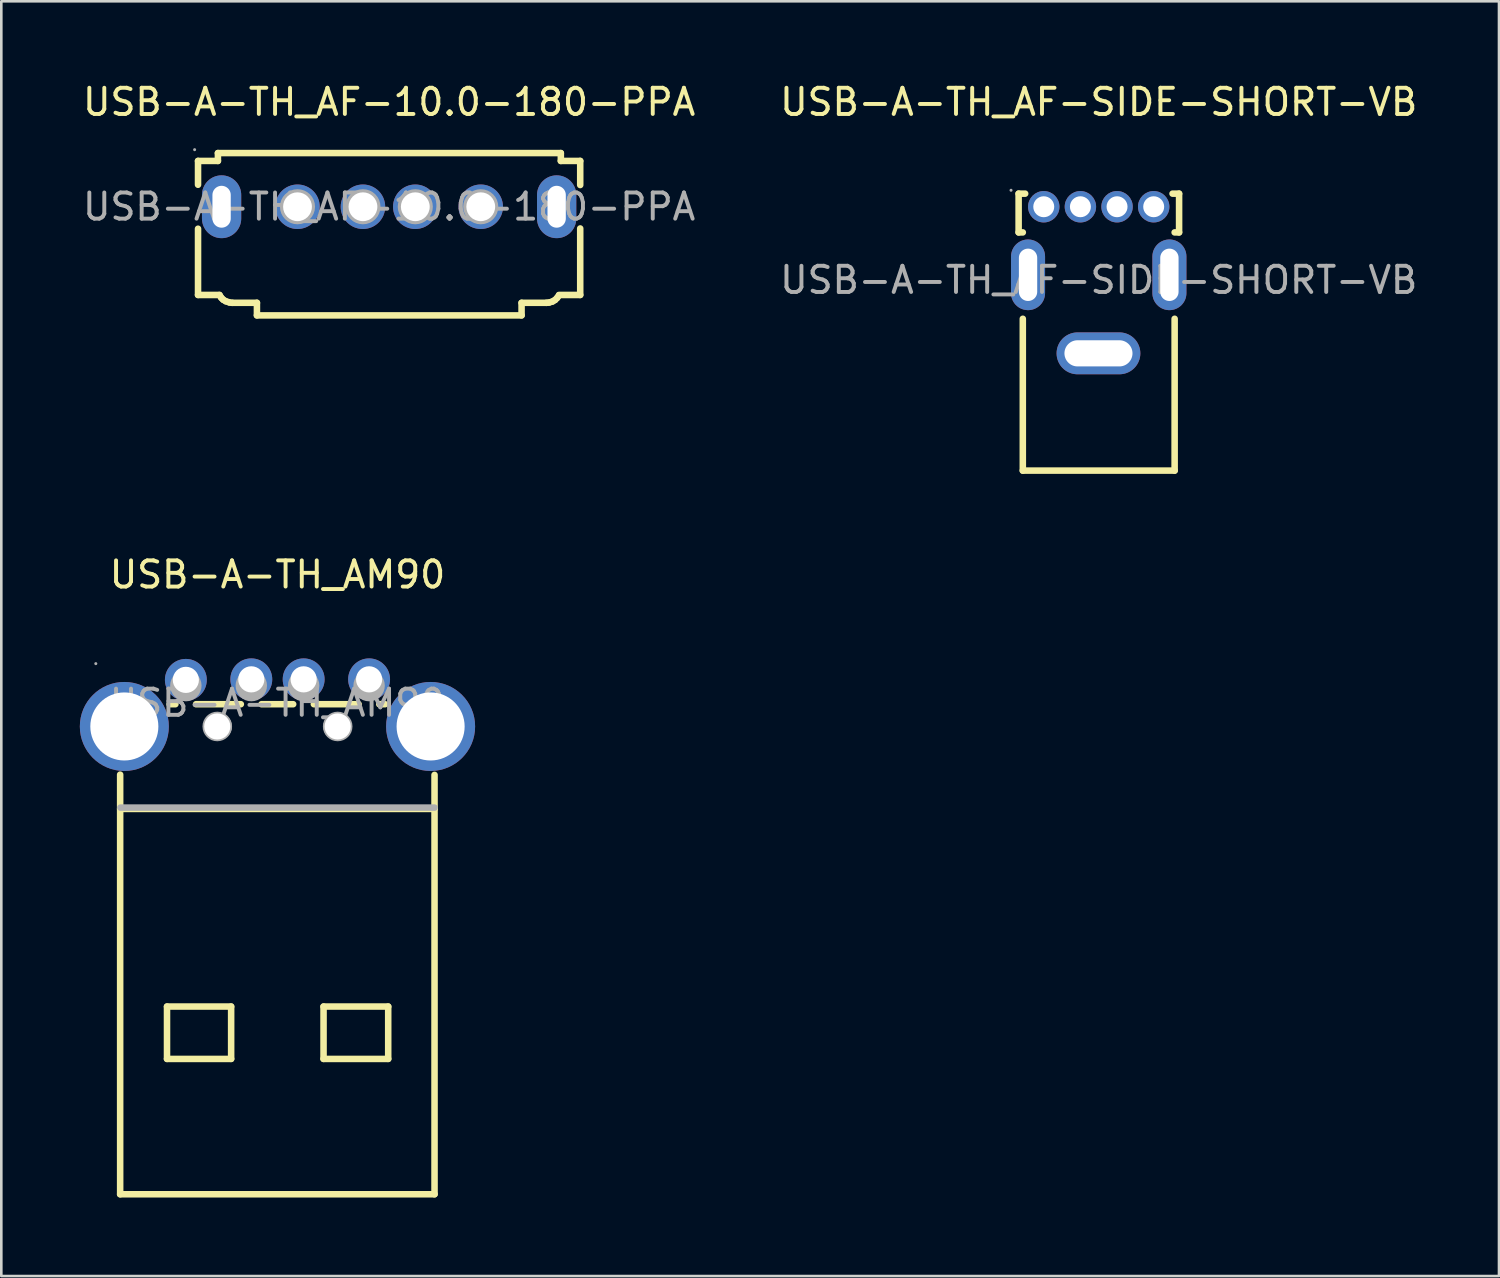
<source format=kicad_pcb>
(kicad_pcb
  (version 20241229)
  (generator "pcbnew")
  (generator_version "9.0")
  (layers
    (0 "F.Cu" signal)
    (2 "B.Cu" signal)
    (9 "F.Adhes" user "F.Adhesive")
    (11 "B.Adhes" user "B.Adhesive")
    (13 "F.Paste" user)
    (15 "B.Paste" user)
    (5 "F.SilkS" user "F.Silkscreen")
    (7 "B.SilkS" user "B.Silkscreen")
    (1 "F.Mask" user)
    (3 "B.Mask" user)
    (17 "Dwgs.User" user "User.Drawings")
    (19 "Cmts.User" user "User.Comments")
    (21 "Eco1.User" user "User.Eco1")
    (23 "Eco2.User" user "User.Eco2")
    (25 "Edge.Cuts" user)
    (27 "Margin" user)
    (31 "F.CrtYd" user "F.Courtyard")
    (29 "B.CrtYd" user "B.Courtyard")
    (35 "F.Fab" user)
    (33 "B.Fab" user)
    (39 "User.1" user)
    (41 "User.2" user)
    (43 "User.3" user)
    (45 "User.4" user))
  (footprint "USB-A-TH_AF-10.0-180-PPA"
    (layer "F.Cu")
    (at 11.815 4.848)
    (property "Reference" "USB-A-TH_AF-10.0-180-PPA" (at 0 -4 0) (layer "F.SilkS") (effects (font (size 1 1) (thickness 0.15))))
    (attr through_hole)
    (fp_line (start -7.3 -1.75) (end -6.54 -1.75) (stroke (width 0.25) (type solid)) (layer "F.SilkS"))
    (fp_line (start -7.3 -0.84) (end -7.3 -1.75) (stroke (width 0.25) (type solid)) (layer "F.SilkS"))
    (fp_line (start -7.3 3.37) (end -7.3 0.84) (stroke (width 0.25) (type solid)) (layer "F.SilkS"))
    (fp_line (start -7.3 3.37) (end -6.48 3.37) (stroke (width 0.25) (type solid)) (layer "F.SilkS"))
    (fp_line (start -6.54 -2.05) (end 6.56 -2.05) (stroke (width 0.25) (type solid)) (layer "F.SilkS"))
    (fp_line (start -6.54 -1.75) (end -6.54 -2.05) (stroke (width 0.25) (type solid)) (layer "F.SilkS"))
    (fp_line (start -6.48 3.37) (end -6.41 3.48) (stroke (width 0.25) (type solid)) (layer "F.SilkS"))
    (fp_line (start -6.41 3.48) (end -6.34 3.55) (stroke (width 0.25) (type solid)) (layer "F.SilkS"))
    (fp_line (start -6.34 3.55) (end -6.24 3.61) (stroke (width 0.25) (type solid)) (layer "F.SilkS"))
    (fp_line (start -6.24 3.61) (end -6.11 3.65) (stroke (width 0.25) (type solid)) (layer "F.SilkS"))
    (fp_line (start -6.1 3.66) (end -5.99 3.67) (stroke (width 0.25) (type solid)) (layer "F.SilkS"))
    (fp_line (start -5.99 3.67) (end -5.05 3.67) (stroke (width 0.25) (type solid)) (layer "F.SilkS"))
    (fp_line (start -5.05 3.67) (end -5.05 4.15) (stroke (width 0.25) (type solid)) (layer "F.SilkS"))
    (fp_line (start 5.06 3.67) (end 5.06 4.15) (stroke (width 0.25) (type solid)) (layer "F.SilkS"))
    (fp_line (start 5.06 3.67) (end 6.01 3.67) (stroke (width 0.25) (type solid)) (layer "F.SilkS"))
    (fp_line (start 5.06 4.15) (end -5.05 4.15) (stroke (width 0.25) (type solid)) (layer "F.SilkS"))
    (fp_line (start 6.01 3.67) (end 6.11 3.66) (stroke (width 0.25) (type solid)) (layer "F.SilkS"))
    (fp_line (start 6.11 3.66) (end 6.24 3.62) (stroke (width 0.25) (type solid)) (layer "F.SilkS"))
    (fp_line (start 6.24 3.62) (end 6.34 3.56) (stroke (width 0.25) (type solid)) (layer "F.SilkS"))
    (fp_line (start 6.34 3.56) (end 6.42 3.48) (stroke (width 0.25) (type solid)) (layer "F.SilkS"))
    (fp_line (start 6.42 3.48) (end 6.49 3.38) (stroke (width 0.25) (type solid)) (layer "F.SilkS"))
    (fp_line (start 6.56 -1.75) (end 6.56 -2.05) (stroke (width 0.25) (type solid)) (layer "F.SilkS"))
    (fp_line (start 6.56 -1.75) (end 7.3 -1.75) (stroke (width 0.25) (type solid)) (layer "F.SilkS"))
    (fp_line (start 7.3 -1.75) (end 7.3 -0.83) (stroke (width 0.25) (type solid)) (layer "F.SilkS"))
    (fp_line (start 7.3 0.83) (end 7.3 3.37) (stroke (width 0.25) (type solid)) (layer "F.SilkS"))
    (fp_line (start 7.3 3.37) (end 6.49 3.37) (stroke (width 0.25) (type solid)) (layer "F.SilkS"))
    (fp_circle (center -7.43 -2.18) (end -7.4 -2.18) (stroke (width 0.06) (type solid)) (fill no) (layer "F.Fab"))
    (fp_circle (center -3.5 0) (end -3.28 0) (stroke (width 0.45) (type solid)) (fill no) (layer "F.Fab"))
    (fp_circle (center -1 0) (end -0.78 0) (stroke (width 0.45) (type solid)) (fill no) (layer "F.Fab"))
    (fp_circle (center 1 0) (end 1.22 0) (stroke (width 0.45) (type solid)) (fill no) (layer "F.Fab"))
    (fp_circle (center 3.5 0) (end 3.72 0) (stroke (width 0.45) (type solid)) (fill no) (layer "F.Fab"))
    (fp_text user "${REFERENCE}" (at 0 0 0) (layer "F.Fab") (effects (font (size 1 1) (thickness 0.15))))
    (pad "1" thru_hole circle (at -3.5 0) (size 1.7 1.7) (drill 1.1) (layers "*.Cu" "*.Paste" "*.Mask"))
    (pad "2" thru_hole circle (at -1 0) (size 1.7 1.7) (drill 1.1) (layers "*.Cu" "*.Paste" "*.Mask"))
    (pad "3" thru_hole circle (at 1 0) (size 1.7 1.7) (drill 1.1) (layers "*.Cu" "*.Paste" "*.Mask"))
    (pad "4" thru_hole circle (at 3.5 0) (size 1.7 1.7) (drill 1.1) (layers "*.Cu" "*.Paste" "*.Mask"))
    (pad "SH1" thru_hole oval (at 6.4 0 90) (size 2.4 1.5) (drill oval 1.6 0.7) (layers "*.Cu" "*.Paste" "*.Mask"))
    (pad "SH2" thru_hole oval (at -6.4 0 270) (size 2.4 1.5) (drill oval 1.6 0.7) (layers "*.Cu" "*.Paste" "*.Mask")))
  (footprint "USB-A-TH_AF-SIDE-SHORT-VB"
    (layer "F.Cu")
    (at 38.923 7.648)
    (property "Reference" "USB-A-TH_AF-SIDE-SHORT-VB" (at 0 -6.8 0) (layer "F.SilkS") (effects (font (size 1 1) (thickness 0.15))))
    (attr through_hole)
    (fp_line (start -3.06 -3.3) (end -3.06 -1.82) (stroke (width 0.25) (type solid)) (layer "F.SilkS"))
    (fp_line (start -3.06 -3.3) (end -2.81 -3.3) (stroke (width 0.25) (type solid)) (layer "F.SilkS"))
    (fp_line (start -3.06 -1.82) (end -2.9 -1.82) (stroke (width 0.25) (type solid)) (layer "F.SilkS"))
    (fp_line (start -2.9 1.48) (end -2.9 7.28) (stroke (width 0.25) (type solid)) (layer "F.SilkS"))
    (fp_line (start -2.9 7.28) (end 2.9 7.28) (stroke (width 0.25) (type solid)) (layer "F.SilkS"))
    (fp_line (start 2.82 -3.3) (end 3.07 -3.3) (stroke (width 0.25) (type solid)) (layer "F.SilkS"))
    (fp_line (start 2.9 -1.82) (end 3.07 -1.82) (stroke (width 0.25) (type solid)) (layer "F.SilkS"))
    (fp_line (start 2.9 1.48) (end 2.9 7.28) (stroke (width 0.25) (type solid)) (layer "F.SilkS"))
    (fp_line (start 3.07 -1.82) (end 3.07 -3.3) (stroke (width 0.25) (type solid)) (layer "F.SilkS"))
    (fp_circle (center -3.35 -3.43) (end -3.32 -3.43) (stroke (width 0.06) (type solid)) (fill no) (layer "F.Fab"))
    (fp_circle (center -2.1 -2.8) (end -1.95 -2.8) (stroke (width 0.3) (type solid)) (fill no) (layer "F.Fab"))
    (fp_circle (center -0.7 -2.8) (end -0.55 -2.8) (stroke (width 0.3) (type solid)) (fill no) (layer "F.Fab"))
    (fp_circle (center 0.7 -2.8) (end 0.85 -2.8) (stroke (width 0.3) (type solid)) (fill no) (layer "F.Fab"))
    (fp_circle (center 2.1 -2.8) (end 2.25 -2.8) (stroke (width 0.3) (type solid)) (fill no) (layer "F.Fab"))
    (fp_text user "${REFERENCE}" (at 0 0 0) (layer "F.Fab") (effects (font (size 1 1) (thickness 0.15))))
    (pad "1" thru_hole circle (at -2.1 -2.8) (size 1.2 1.2) (drill 0.8) (layers "*.Cu" "*.Paste" "*.Mask"))
    (pad "2" thru_hole circle (at -0.7 -2.8 180) (size 1.2 1.2) (drill 0.8) (layers "*.Cu" "*.Paste" "*.Mask"))
    (pad "3" thru_hole circle (at 0.7 -2.8) (size 1.2 1.2) (drill 0.8) (layers "*.Cu" "*.Paste" "*.Mask"))
    (pad "4" thru_hole circle (at 2.1 -2.8) (size 1.2 1.2) (drill 0.8) (layers "*.Cu" "*.Paste" "*.Mask"))
    (pad "SH1" thru_hole oval (at -2.7 -0.2 90) (size 2.7 1.3) (drill oval 2 0.7) (layers "*.Cu" "*.Paste" "*.Mask"))
    (pad "SH2" thru_hole oval (at 2.7 -0.2 90) (size 2.7 1.3) (drill oval 2 0.7) (layers "*.Cu" "*.Paste" "*.Mask"))
    (pad "SH3" thru_hole oval (at -0.01 2.8 180) (size 3.2 1.6) (drill oval 2.6 1) (layers "*.Cu" "*.Paste" "*.Mask")))
  (footprint "USB-A-TH_AM90"
    (layer "F.Cu")
    (at 7.55 23.802)
    (property "Reference" "USB-A-TH_AM90" (at 0 -4.9 0) (layer "F.SilkS") (effects (font (size 1 1) (thickness 0.15))))
    (attr through_hole)
    (fp_line (start -6.01 4.05) (end 6 4.05) (stroke (width 0.25) (type solid)) (layer "F.SilkS"))
    (fp_line (start -6.01 18.77) (end -6.01 2.74) (stroke (width 0.25) (type solid)) (layer "F.SilkS"))
    (fp_line (start -4.22 11.6) (end -1.77 11.6) (stroke (width 0.25) (type solid)) (layer "F.SilkS"))
    (fp_line (start -4.22 13.6) (end -4.22 11.6) (stroke (width 0.25) (type solid)) (layer "F.SilkS"))
    (fp_line (start -4.12 0.05) (end -3.9 0.05) (stroke (width 0.25) (type solid)) (layer "F.SilkS"))
    (fp_line (start -3.11 0.05) (end -1.4 0.05) (stroke (width 0.25) (type solid)) (layer "F.SilkS"))
    (fp_line (start -1.77 13.6) (end -4.22 13.6) (stroke (width 0.25) (type solid)) (layer "F.SilkS"))
    (fp_line (start -1.77 13.6) (end -1.77 11.6) (stroke (width 0.25) (type solid)) (layer "F.SilkS"))
    (fp_line (start -0.61 0.05) (end 0.6 0.05) (stroke (width 0.25) (type solid)) (layer "F.SilkS"))
    (fp_line (start 1.39 0.05) (end 3.1 0.05) (stroke (width 0.25) (type solid)) (layer "F.SilkS"))
    (fp_line (start 1.76 13.6) (end 1.76 11.6) (stroke (width 0.25) (type solid)) (layer "F.SilkS"))
    (fp_line (start 1.76 13.6) (end 4.23 13.6) (stroke (width 0.25) (type solid)) (layer "F.SilkS"))
    (fp_line (start 3.89 0.05) (end 4.11 0.05) (stroke (width 0.25) (type solid)) (layer "F.SilkS"))
    (fp_line (start 4.23 11.6) (end 1.76 11.6) (stroke (width 0.25) (type solid)) (layer "F.SilkS"))
    (fp_line (start 4.23 13.6) (end 4.23 11.6) (stroke (width 0.25) (type solid)) (layer "F.SilkS"))
    (fp_line (start 6 18.77) (end -6.01 18.77) (stroke (width 0.25) (type solid)) (layer "F.SilkS"))
    (fp_line (start 6 18.77) (end 6 2.75) (stroke (width 0.25) (type solid)) (layer "F.SilkS"))
    (fp_line (start -6 4) (end 6 4) (stroke (width 0.25) (type solid)) (layer "F.Fab"))
    (fp_circle (center -6.94 -1.5) (end -6.91 -1.5) (stroke (width 0.06) (type solid)) (fill no) (layer "F.Fab"))
    (fp_circle (center -5.85 0.9) (end -5.31 0.9) (stroke (width 1.08) (type solid)) (fill no) (layer "F.Fab"))
    (fp_circle (center -3.5 -0.66) (end -3.2 -0.66) (stroke (width 0.6) (type solid)) (fill no) (layer "F.Fab"))
    (fp_circle (center -2.3 0.9) (end -1.8 0.9) (stroke (width 0.13) (type solid)) (fill no) (layer "F.Fab"))
    (fp_circle (center -2.24 0.9) (end -1.99 0.9) (stroke (width 0.5) (type solid)) (fill no) (layer "F.Fab"))
    (fp_circle (center -1 -0.66) (end -0.7 -0.66) (stroke (width 0.6) (type solid)) (fill no) (layer "F.Fab"))
    (fp_circle (center 1 -0.66) (end 1.3 -0.66) (stroke (width 0.6) (type solid)) (fill no) (layer "F.Fab"))
    (fp_circle (center 2.25 0.9) (end 2.5 0.9) (stroke (width 0.5) (type solid)) (fill no) (layer "F.Fab"))
    (fp_circle (center 2.3 0.9) (end 2.8 0.9) (stroke (width 0.13) (type solid)) (fill no) (layer "F.Fab"))
    (fp_circle (center 3.5 -0.66) (end 3.8 -0.66) (stroke (width 0.6) (type solid)) (fill no) (layer "F.Fab"))
    (fp_circle (center 5.85 0.9) (end 6.39 0.9) (stroke (width 1.08) (type solid)) (fill no) (layer "F.Fab"))
    (fp_text user "${REFERENCE}" (at 0 0 0) (layer "F.Fab") (effects (font (size 1 1) (thickness 0.15))))
    (pad "" thru_hole circle (at -2.3 0.9) (size 1 1) (drill 1) (layers "*.Cu" "*.Mask"))
    (pad "" thru_hole circle (at 2.3 0.9) (size 1 1) (drill 1) (layers "*.Cu" "*.Mask"))
    (pad "1" thru_hole circle (at 3.5 -0.9 270) (size 1.6 1.6) (drill 1) (layers "*.Cu" "*.Paste" "*.Mask"))
    (pad "2" thru_hole circle (at 1 -0.9 270) (size 1.6 1.6) (drill 1) (layers "*.Cu" "*.Paste" "*.Mask"))
    (pad "3" thru_hole circle (at -1 -0.9 270) (size 1.6 1.6) (drill 1) (layers "*.Cu" "*.Paste" "*.Mask"))
    (pad "4" thru_hole circle (at -3.5 -0.88 270) (size 1.6 1.6) (drill 1) (layers "*.Cu" "*.Paste" "*.Mask"))
    (pad "MH1" thru_hole circle (at 5.85 0.9 270) (size 3.4 3.4) (drill 2.6) (layers "*.Cu" "*.Paste" "*.Mask"))
    (pad "MH2" thru_hole circle (at -5.85 0.9 270) (size 3.4 3.4) (drill 2.6) (layers "*.Cu" "*.Paste" "*.Mask")))
  (gr_rect
    (start -3 -3)
    (end 54.214 45.697)
    (stroke (width 0.1) (type default))
    (fill no)
    (layer "Edge.Cuts")))
</source>
